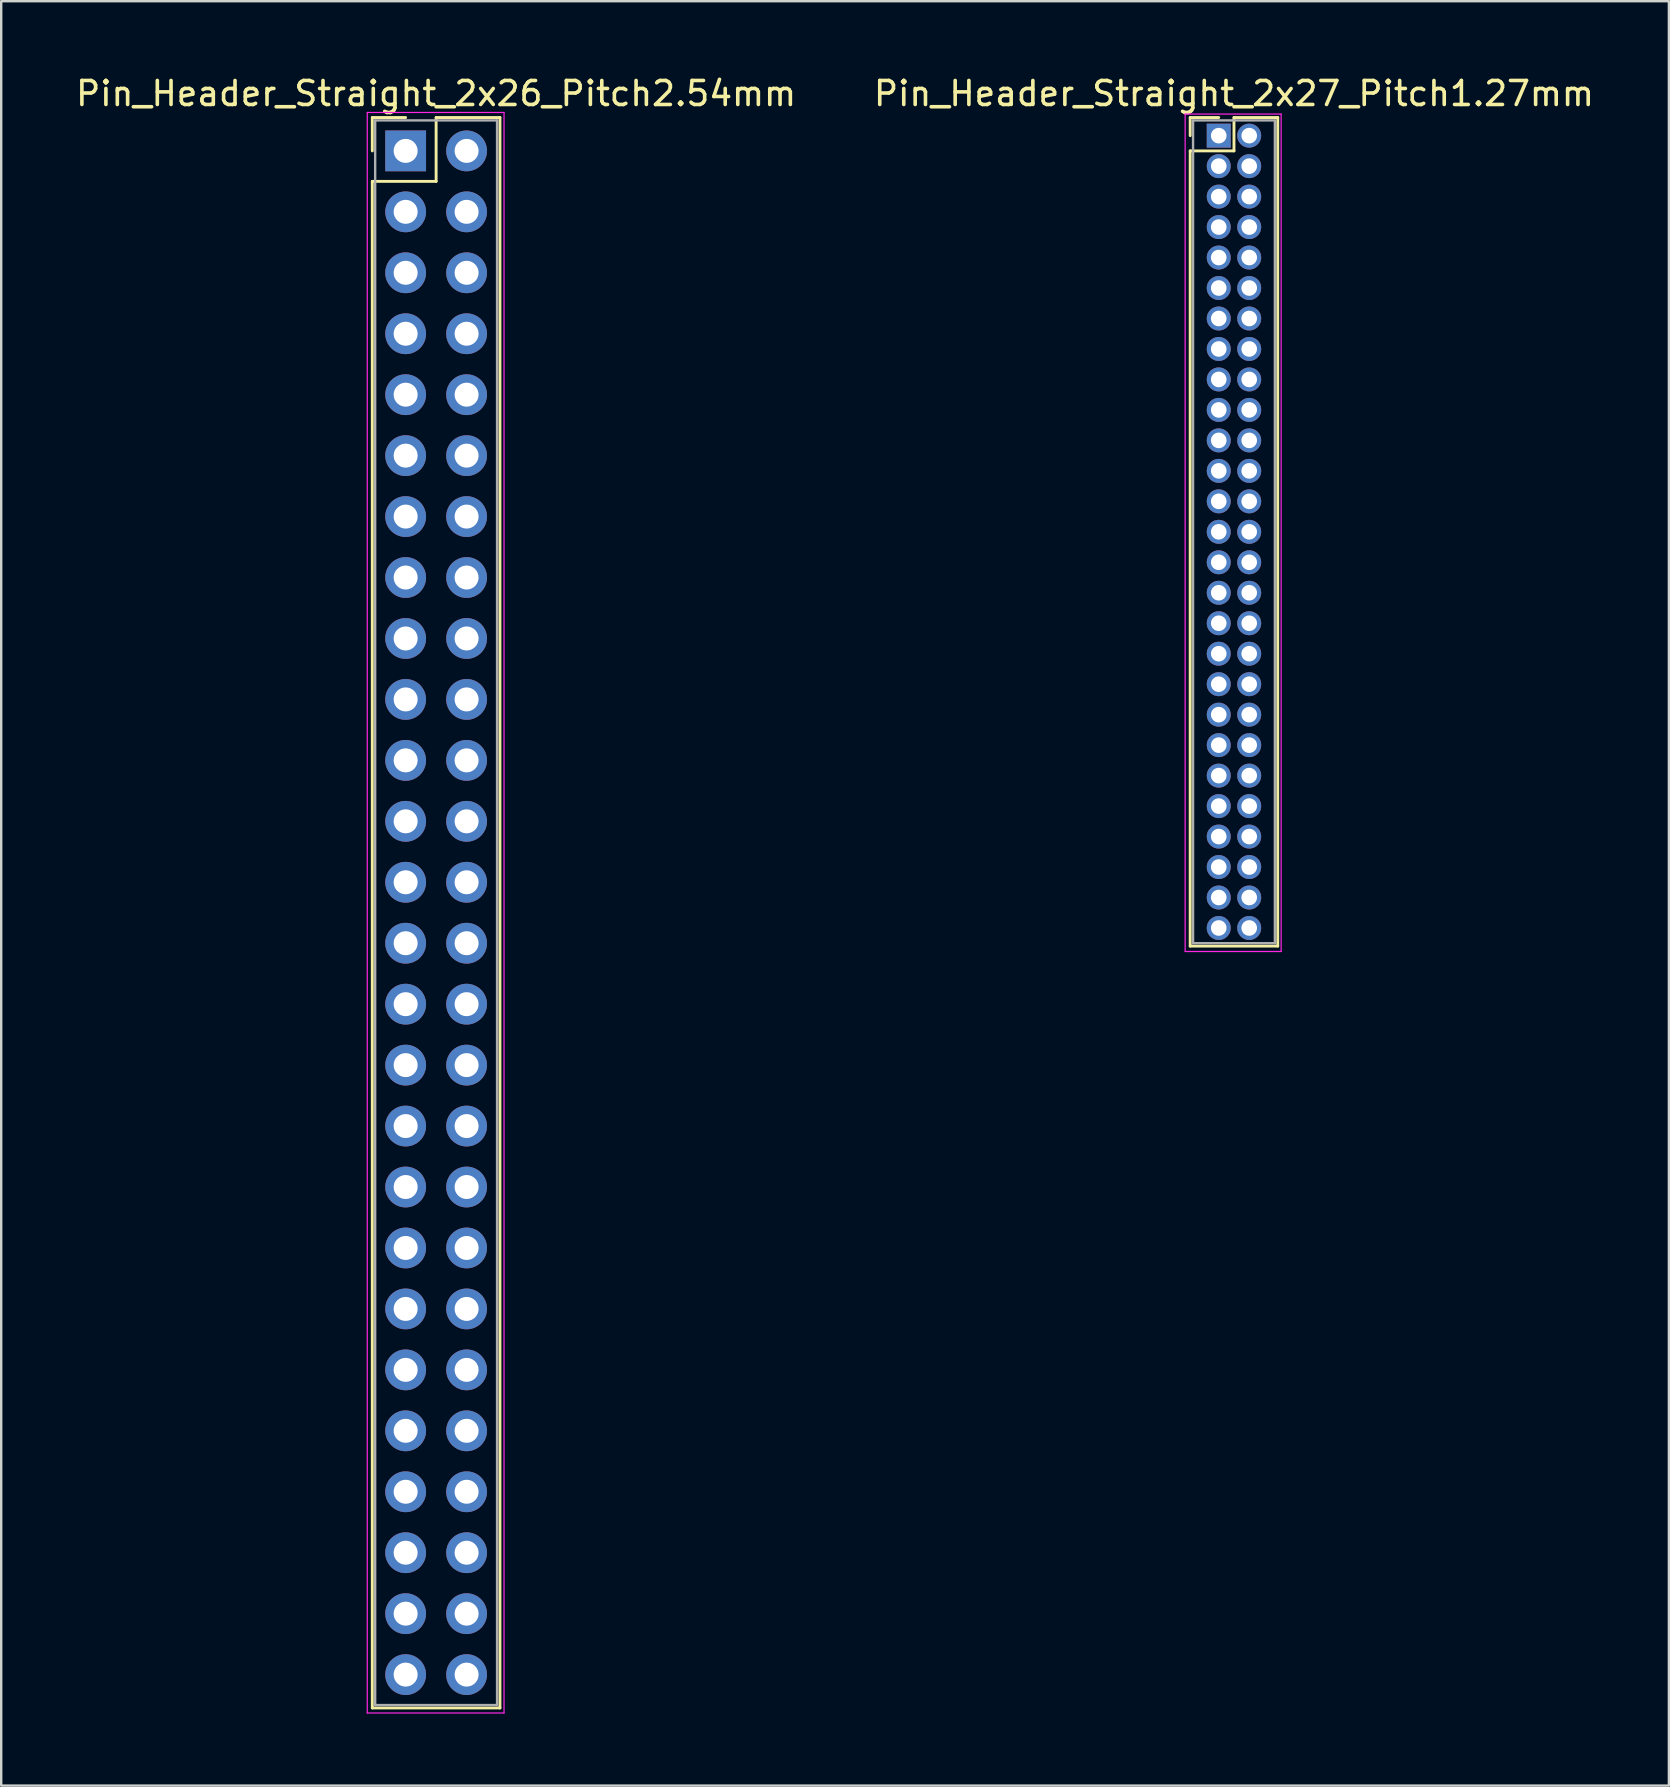
<source format=kicad_pcb>
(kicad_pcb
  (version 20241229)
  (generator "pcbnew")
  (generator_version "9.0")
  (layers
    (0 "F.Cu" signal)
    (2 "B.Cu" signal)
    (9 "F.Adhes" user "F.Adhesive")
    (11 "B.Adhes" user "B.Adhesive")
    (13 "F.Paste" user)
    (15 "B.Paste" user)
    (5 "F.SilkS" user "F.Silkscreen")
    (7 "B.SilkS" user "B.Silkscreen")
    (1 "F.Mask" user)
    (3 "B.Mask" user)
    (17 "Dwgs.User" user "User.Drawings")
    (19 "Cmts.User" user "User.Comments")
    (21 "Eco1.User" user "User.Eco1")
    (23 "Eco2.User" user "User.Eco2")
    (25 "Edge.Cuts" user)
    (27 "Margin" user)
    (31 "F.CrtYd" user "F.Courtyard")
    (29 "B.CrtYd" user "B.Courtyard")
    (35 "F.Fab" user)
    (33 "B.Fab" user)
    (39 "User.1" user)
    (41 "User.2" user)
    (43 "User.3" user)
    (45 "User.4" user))
  (footprint "Pin_Header_Straight_2x27_Pitch1.27mm"
    (layer "F.Cu")
    (at 47.74 2.603)
    (property "Reference" "Pin_Header_Straight_2x27_Pitch1.27mm" (at 0.635 -1.755 0) (layer "F.SilkS") (effects (font (size 1 1) (thickness 0.15))))
    (attr through_hole)
    (fp_line (start -1.19 -0.755) (end 0 -0.755) (stroke (width 0.12) (type solid)) (layer "F.SilkS"))
    (fp_line (start -1.19 0) (end -1.19 -0.755) (stroke (width 0.12) (type solid)) (layer "F.SilkS"))
    (fp_line (start -1.19 0.635) (end -1.19 33.775) (stroke (width 0.12) (type solid)) (layer "F.SilkS"))
    (fp_line (start -1.19 33.775) (end 2.46 33.775) (stroke (width 0.12) (type solid)) (layer "F.SilkS"))
    (fp_line (start 0.635 -0.755) (end 0.635 0.635) (stroke (width 0.12) (type solid)) (layer "F.SilkS"))
    (fp_line (start 0.635 0.635) (end -1.19 0.635) (stroke (width 0.12) (type solid)) (layer "F.SilkS"))
    (fp_line (start 2.46 -0.755) (end 0.635 -0.755) (stroke (width 0.12) (type solid)) (layer "F.SilkS"))
    (fp_line (start 2.46 33.775) (end 2.46 -0.755) (stroke (width 0.12) (type solid)) (layer "F.SilkS"))
    (fp_line (start -1.4 -0.9) (end -1.4 34) (stroke (width 0.05) (type solid)) (layer "F.CrtYd"))
    (fp_line (start -1.4 34) (end 2.6 34) (stroke (width 0.05) (type solid)) (layer "F.CrtYd"))
    (fp_line (start 2.6 -0.9) (end -1.4 -0.9) (stroke (width 0.05) (type solid)) (layer "F.CrtYd"))
    (fp_line (start 2.6 34) (end 2.6 -0.9) (stroke (width 0.05) (type solid)) (layer "F.CrtYd"))
    (fp_line (start -1.07 -0.635) (end -1.07 33.655) (stroke (width 0.1) (type solid)) (layer "F.Fab"))
    (fp_line (start -1.07 33.655) (end 2.34 33.655) (stroke (width 0.1) (type solid)) (layer "F.Fab"))
    (fp_line (start 2.34 -0.635) (end -1.07 -0.635) (stroke (width 0.1) (type solid)) (layer "F.Fab"))
    (fp_line (start 2.34 33.655) (end 2.34 -0.635) (stroke (width 0.1) (type solid)) (layer "F.Fab"))
    (pad "1" thru_hole rect (at 0 0) (size 1 1) (drill 0.65) (layers "*.Cu" "*.Mask"))
    (pad "2" thru_hole oval (at 1.27 0) (size 1 1) (drill 0.65) (layers "*.Cu" "*.Mask"))
    (pad "3" thru_hole oval (at 0 1.27) (size 1 1) (drill 0.65) (layers "*.Cu" "*.Mask"))
    (pad "4" thru_hole oval (at 1.27 1.27) (size 1 1) (drill 0.65) (layers "*.Cu" "*.Mask"))
    (pad "5" thru_hole oval (at 0 2.54) (size 1 1) (drill 0.65) (layers "*.Cu" "*.Mask"))
    (pad "6" thru_hole oval (at 1.27 2.54) (size 1 1) (drill 0.65) (layers "*.Cu" "*.Mask"))
    (pad "7" thru_hole oval (at 0 3.81) (size 1 1) (drill 0.65) (layers "*.Cu" "*.Mask"))
    (pad "8" thru_hole oval (at 1.27 3.81) (size 1 1) (drill 0.65) (layers "*.Cu" "*.Mask"))
    (pad "9" thru_hole oval (at 0 5.08) (size 1 1) (drill 0.65) (layers "*.Cu" "*.Mask"))
    (pad "10" thru_hole oval (at 1.27 5.08) (size 1 1) (drill 0.65) (layers "*.Cu" "*.Mask"))
    (pad "11" thru_hole oval (at 0 6.35) (size 1 1) (drill 0.65) (layers "*.Cu" "*.Mask"))
    (pad "12" thru_hole oval (at 1.27 6.35) (size 1 1) (drill 0.65) (layers "*.Cu" "*.Mask"))
    (pad "13" thru_hole oval (at 0 7.62) (size 1 1) (drill 0.65) (layers "*.Cu" "*.Mask"))
    (pad "14" thru_hole oval (at 1.27 7.62) (size 1 1) (drill 0.65) (layers "*.Cu" "*.Mask"))
    (pad "15" thru_hole oval (at 0 8.89) (size 1 1) (drill 0.65) (layers "*.Cu" "*.Mask"))
    (pad "16" thru_hole oval (at 1.27 8.89) (size 1 1) (drill 0.65) (layers "*.Cu" "*.Mask"))
    (pad "17" thru_hole oval (at 0 10.16) (size 1 1) (drill 0.65) (layers "*.Cu" "*.Mask"))
    (pad "18" thru_hole oval (at 1.27 10.16) (size 1 1) (drill 0.65) (layers "*.Cu" "*.Mask"))
    (pad "19" thru_hole oval (at 0 11.43) (size 1 1) (drill 0.65) (layers "*.Cu" "*.Mask"))
    (pad "20" thru_hole oval (at 1.27 11.43) (size 1 1) (drill 0.65) (layers "*.Cu" "*.Mask"))
    (pad "21" thru_hole oval (at 0 12.7) (size 1 1) (drill 0.65) (layers "*.Cu" "*.Mask"))
    (pad "22" thru_hole oval (at 1.27 12.7) (size 1 1) (drill 0.65) (layers "*.Cu" "*.Mask"))
    (pad "23" thru_hole oval (at 0 13.97) (size 1 1) (drill 0.65) (layers "*.Cu" "*.Mask"))
    (pad "24" thru_hole oval (at 1.27 13.97) (size 1 1) (drill 0.65) (layers "*.Cu" "*.Mask"))
    (pad "25" thru_hole oval (at 0 15.24) (size 1 1) (drill 0.65) (layers "*.Cu" "*.Mask"))
    (pad "26" thru_hole oval (at 1.27 15.24) (size 1 1) (drill 0.65) (layers "*.Cu" "*.Mask"))
    (pad "27" thru_hole oval (at 0 16.51) (size 1 1) (drill 0.65) (layers "*.Cu" "*.Mask"))
    (pad "28" thru_hole oval (at 1.27 16.51) (size 1 1) (drill 0.65) (layers "*.Cu" "*.Mask"))
    (pad "29" thru_hole oval (at 0 17.78) (size 1 1) (drill 0.65) (layers "*.Cu" "*.Mask"))
    (pad "30" thru_hole oval (at 1.27 17.78) (size 1 1) (drill 0.65) (layers "*.Cu" "*.Mask"))
    (pad "31" thru_hole oval (at 0 19.05) (size 1 1) (drill 0.65) (layers "*.Cu" "*.Mask"))
    (pad "32" thru_hole oval (at 1.27 19.05) (size 1 1) (drill 0.65) (layers "*.Cu" "*.Mask"))
    (pad "33" thru_hole oval (at 0 20.32) (size 1 1) (drill 0.65) (layers "*.Cu" "*.Mask"))
    (pad "34" thru_hole oval (at 1.27 20.32) (size 1 1) (drill 0.65) (layers "*.Cu" "*.Mask"))
    (pad "35" thru_hole oval (at 0 21.59) (size 1 1) (drill 0.65) (layers "*.Cu" "*.Mask"))
    (pad "36" thru_hole oval (at 1.27 21.59) (size 1 1) (drill 0.65) (layers "*.Cu" "*.Mask"))
    (pad "37" thru_hole oval (at 0 22.86) (size 1 1) (drill 0.65) (layers "*.Cu" "*.Mask"))
    (pad "38" thru_hole oval (at 1.27 22.86) (size 1 1) (drill 0.65) (layers "*.Cu" "*.Mask"))
    (pad "39" thru_hole oval (at 0 24.13) (size 1 1) (drill 0.65) (layers "*.Cu" "*.Mask"))
    (pad "40" thru_hole oval (at 1.27 24.13) (size 1 1) (drill 0.65) (layers "*.Cu" "*.Mask"))
    (pad "41" thru_hole oval (at 0 25.4) (size 1 1) (drill 0.65) (layers "*.Cu" "*.Mask"))
    (pad "42" thru_hole oval (at 1.27 25.4) (size 1 1) (drill 0.65) (layers "*.Cu" "*.Mask"))
    (pad "43" thru_hole oval (at 0 26.67) (size 1 1) (drill 0.65) (layers "*.Cu" "*.Mask"))
    (pad "44" thru_hole oval (at 1.27 26.67) (size 1 1) (drill 0.65) (layers "*.Cu" "*.Mask"))
    (pad "45" thru_hole oval (at 0 27.94) (size 1 1) (drill 0.65) (layers "*.Cu" "*.Mask"))
    (pad "46" thru_hole oval (at 1.27 27.94) (size 1 1) (drill 0.65) (layers "*.Cu" "*.Mask"))
    (pad "47" thru_hole oval (at 0 29.21) (size 1 1) (drill 0.65) (layers "*.Cu" "*.Mask"))
    (pad "48" thru_hole oval (at 1.27 29.21) (size 1 1) (drill 0.65) (layers "*.Cu" "*.Mask"))
    (pad "49" thru_hole oval (at 0 30.48) (size 1 1) (drill 0.65) (layers "*.Cu" "*.Mask"))
    (pad "50" thru_hole oval (at 1.27 30.48) (size 1 1) (drill 0.65) (layers "*.Cu" "*.Mask"))
    (pad "51" thru_hole oval (at 0 31.75) (size 1 1) (drill 0.65) (layers "*.Cu" "*.Mask"))
    (pad "52" thru_hole oval (at 1.27 31.75) (size 1 1) (drill 0.65) (layers "*.Cu" "*.Mask"))
    (pad "53" thru_hole oval (at 0 33.02) (size 1 1) (drill 0.65) (layers "*.Cu" "*.Mask"))
    (pad "54" thru_hole oval (at 1.27 33.02) (size 1 1) (drill 0.65) (layers "*.Cu" "*.Mask")))
  (footprint "Pin_Header_Straight_2x26_Pitch2.54mm"
    (layer "F.Cu")
    (at 13.855 3.238)
    (property "Reference" "Pin_Header_Straight_2x26_Pitch2.54mm" (at 1.27 -2.39 0) (layer "F.SilkS") (effects (font (size 1 1) (thickness 0.15))))
    (attr through_hole)
    (fp_line (start -1.39 -1.39) (end 0 -1.39) (stroke (width 0.12) (type solid)) (layer "F.SilkS"))
    (fp_line (start -1.39 0) (end -1.39 -1.39) (stroke (width 0.12) (type solid)) (layer "F.SilkS"))
    (fp_line (start -1.39 1.27) (end -1.39 64.89) (stroke (width 0.12) (type solid)) (layer "F.SilkS"))
    (fp_line (start -1.39 64.89) (end 3.93 64.89) (stroke (width 0.12) (type solid)) (layer "F.SilkS"))
    (fp_line (start 1.27 -1.39) (end 1.27 1.27) (stroke (width 0.12) (type solid)) (layer "F.SilkS"))
    (fp_line (start 1.27 1.27) (end -1.39 1.27) (stroke (width 0.12) (type solid)) (layer "F.SilkS"))
    (fp_line (start 3.93 -1.39) (end 1.27 -1.39) (stroke (width 0.12) (type solid)) (layer "F.SilkS"))
    (fp_line (start 3.93 64.89) (end 3.93 -1.39) (stroke (width 0.12) (type solid)) (layer "F.SilkS"))
    (fp_line (start -1.6 -1.6) (end -1.6 65.1) (stroke (width 0.05) (type solid)) (layer "F.CrtYd"))
    (fp_line (start -1.6 65.1) (end 4.1 65.1) (stroke (width 0.05) (type solid)) (layer "F.CrtYd"))
    (fp_line (start 4.1 -1.6) (end -1.6 -1.6) (stroke (width 0.05) (type solid)) (layer "F.CrtYd"))
    (fp_line (start 4.1 65.1) (end 4.1 -1.6) (stroke (width 0.05) (type solid)) (layer "F.CrtYd"))
    (fp_line (start -1.27 -1.27) (end -1.27 64.77) (stroke (width 0.1) (type solid)) (layer "F.Fab"))
    (fp_line (start -1.27 64.77) (end 3.81 64.77) (stroke (width 0.1) (type solid)) (layer "F.Fab"))
    (fp_line (start 3.81 -1.27) (end -1.27 -1.27) (stroke (width 0.1) (type solid)) (layer "F.Fab"))
    (fp_line (start 3.81 64.77) (end 3.81 -1.27) (stroke (width 0.1) (type solid)) (layer "F.Fab"))
    (pad "1" thru_hole rect (at 0 0) (size 1.7 1.7) (drill 1) (layers "*.Cu" "*.Mask"))
    (pad "2" thru_hole oval (at 2.54 0) (size 1.7 1.7) (drill 1) (layers "*.Cu" "*.Mask"))
    (pad "3" thru_hole oval (at 0 2.54) (size 1.7 1.7) (drill 1) (layers "*.Cu" "*.Mask"))
    (pad "4" thru_hole oval (at 2.54 2.54) (size 1.7 1.7) (drill 1) (layers "*.Cu" "*.Mask"))
    (pad "5" thru_hole oval (at 0 5.08) (size 1.7 1.7) (drill 1) (layers "*.Cu" "*.Mask"))
    (pad "6" thru_hole oval (at 2.54 5.08) (size 1.7 1.7) (drill 1) (layers "*.Cu" "*.Mask"))
    (pad "7" thru_hole oval (at 0 7.62) (size 1.7 1.7) (drill 1) (layers "*.Cu" "*.Mask"))
    (pad "8" thru_hole oval (at 2.54 7.62) (size 1.7 1.7) (drill 1) (layers "*.Cu" "*.Mask"))
    (pad "9" thru_hole oval (at 0 10.16) (size 1.7 1.7) (drill 1) (layers "*.Cu" "*.Mask"))
    (pad "10" thru_hole oval (at 2.54 10.16) (size 1.7 1.7) (drill 1) (layers "*.Cu" "*.Mask"))
    (pad "11" thru_hole oval (at 0 12.7) (size 1.7 1.7) (drill 1) (layers "*.Cu" "*.Mask"))
    (pad "12" thru_hole oval (at 2.54 12.7) (size 1.7 1.7) (drill 1) (layers "*.Cu" "*.Mask"))
    (pad "13" thru_hole oval (at 0 15.24) (size 1.7 1.7) (drill 1) (layers "*.Cu" "*.Mask"))
    (pad "14" thru_hole oval (at 2.54 15.24) (size 1.7 1.7) (drill 1) (layers "*.Cu" "*.Mask"))
    (pad "15" thru_hole oval (at 0 17.78) (size 1.7 1.7) (drill 1) (layers "*.Cu" "*.Mask"))
    (pad "16" thru_hole oval (at 2.54 17.78) (size 1.7 1.7) (drill 1) (layers "*.Cu" "*.Mask"))
    (pad "17" thru_hole oval (at 0 20.32) (size 1.7 1.7) (drill 1) (layers "*.Cu" "*.Mask"))
    (pad "18" thru_hole oval (at 2.54 20.32) (size 1.7 1.7) (drill 1) (layers "*.Cu" "*.Mask"))
    (pad "19" thru_hole oval (at 0 22.86) (size 1.7 1.7) (drill 1) (layers "*.Cu" "*.Mask"))
    (pad "20" thru_hole oval (at 2.54 22.86) (size 1.7 1.7) (drill 1) (layers "*.Cu" "*.Mask"))
    (pad "21" thru_hole oval (at 0 25.4) (size 1.7 1.7) (drill 1) (layers "*.Cu" "*.Mask"))
    (pad "22" thru_hole oval (at 2.54 25.4) (size 1.7 1.7) (drill 1) (layers "*.Cu" "*.Mask"))
    (pad "23" thru_hole oval (at 0 27.94) (size 1.7 1.7) (drill 1) (layers "*.Cu" "*.Mask"))
    (pad "24" thru_hole oval (at 2.54 27.94) (size 1.7 1.7) (drill 1) (layers "*.Cu" "*.Mask"))
    (pad "25" thru_hole oval (at 0 30.48) (size 1.7 1.7) (drill 1) (layers "*.Cu" "*.Mask"))
    (pad "26" thru_hole oval (at 2.54 30.48) (size 1.7 1.7) (drill 1) (layers "*.Cu" "*.Mask"))
    (pad "27" thru_hole oval (at 0 33.02) (size 1.7 1.7) (drill 1) (layers "*.Cu" "*.Mask"))
    (pad "28" thru_hole oval (at 2.54 33.02) (size 1.7 1.7) (drill 1) (layers "*.Cu" "*.Mask"))
    (pad "29" thru_hole oval (at 0 35.56) (size 1.7 1.7) (drill 1) (layers "*.Cu" "*.Mask"))
    (pad "30" thru_hole oval (at 2.54 35.56) (size 1.7 1.7) (drill 1) (layers "*.Cu" "*.Mask"))
    (pad "31" thru_hole oval (at 0 38.1) (size 1.7 1.7) (drill 1) (layers "*.Cu" "*.Mask"))
    (pad "32" thru_hole oval (at 2.54 38.1) (size 1.7 1.7) (drill 1) (layers "*.Cu" "*.Mask"))
    (pad "33" thru_hole oval (at 0 40.64) (size 1.7 1.7) (drill 1) (layers "*.Cu" "*.Mask"))
    (pad "34" thru_hole oval (at 2.54 40.64) (size 1.7 1.7) (drill 1) (layers "*.Cu" "*.Mask"))
    (pad "35" thru_hole oval (at 0 43.18) (size 1.7 1.7) (drill 1) (layers "*.Cu" "*.Mask"))
    (pad "36" thru_hole oval (at 2.54 43.18) (size 1.7 1.7) (drill 1) (layers "*.Cu" "*.Mask"))
    (pad "37" thru_hole oval (at 0 45.72) (size 1.7 1.7) (drill 1) (layers "*.Cu" "*.Mask"))
    (pad "38" thru_hole oval (at 2.54 45.72) (size 1.7 1.7) (drill 1) (layers "*.Cu" "*.Mask"))
    (pad "39" thru_hole oval (at 0 48.26) (size 1.7 1.7) (drill 1) (layers "*.Cu" "*.Mask"))
    (pad "40" thru_hole oval (at 2.54 48.26) (size 1.7 1.7) (drill 1) (layers "*.Cu" "*.Mask"))
    (pad "41" thru_hole oval (at 0 50.8) (size 1.7 1.7) (drill 1) (layers "*.Cu" "*.Mask"))
    (pad "42" thru_hole oval (at 2.54 50.8) (size 1.7 1.7) (drill 1) (layers "*.Cu" "*.Mask"))
    (pad "43" thru_hole oval (at 0 53.34) (size 1.7 1.7) (drill 1) (layers "*.Cu" "*.Mask"))
    (pad "44" thru_hole oval (at 2.54 53.34) (size 1.7 1.7) (drill 1) (layers "*.Cu" "*.Mask"))
    (pad "45" thru_hole oval (at 0 55.88) (size 1.7 1.7) (drill 1) (layers "*.Cu" "*.Mask"))
    (pad "46" thru_hole oval (at 2.54 55.88) (size 1.7 1.7) (drill 1) (layers "*.Cu" "*.Mask"))
    (pad "47" thru_hole oval (at 0 58.42) (size 1.7 1.7) (drill 1) (layers "*.Cu" "*.Mask"))
    (pad "48" thru_hole oval (at 2.54 58.42) (size 1.7 1.7) (drill 1) (layers "*.Cu" "*.Mask"))
    (pad "49" thru_hole oval (at 0 60.96) (size 1.7 1.7) (drill 1) (layers "*.Cu" "*.Mask"))
    (pad "50" thru_hole oval (at 2.54 60.96) (size 1.7 1.7) (drill 1) (layers "*.Cu" "*.Mask"))
    (pad "51" thru_hole oval (at 0 63.5) (size 1.7 1.7) (drill 1) (layers "*.Cu" "*.Mask"))
    (pad "52" thru_hole oval (at 2.54 63.5) (size 1.7 1.7) (drill 1) (layers "*.Cu" "*.Mask")))
  (gr_rect
    (start -3 -3)
    (end 66.5 71.363)
    (stroke (width 0.1) (type default))
    (fill no)
    (layer "Edge.Cuts")))
</source>
